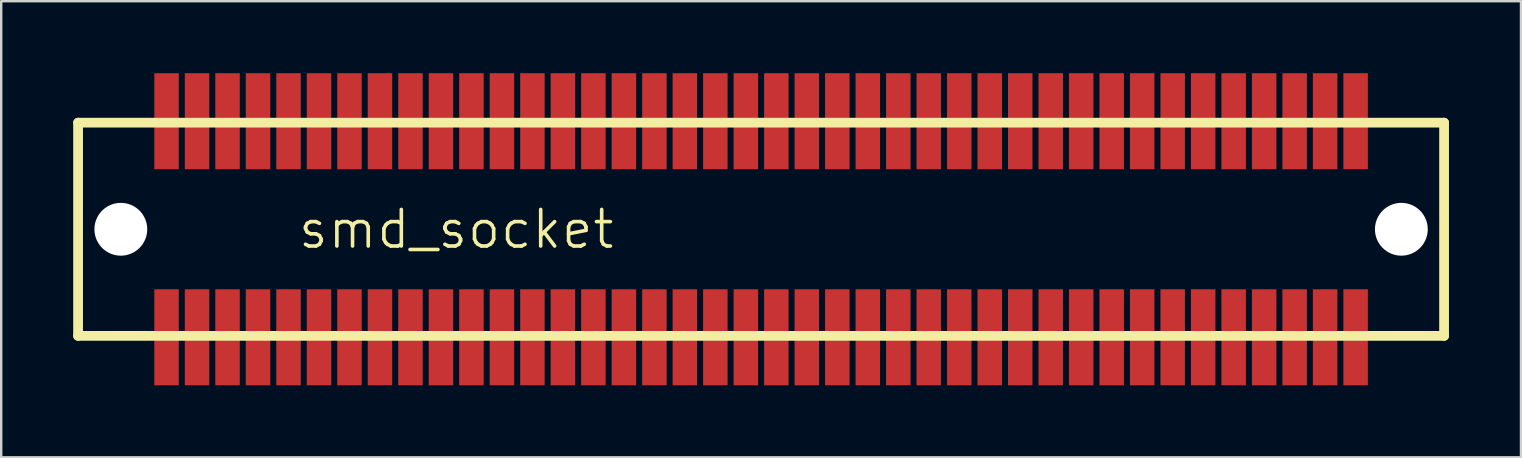
<source format=kicad_pcb>
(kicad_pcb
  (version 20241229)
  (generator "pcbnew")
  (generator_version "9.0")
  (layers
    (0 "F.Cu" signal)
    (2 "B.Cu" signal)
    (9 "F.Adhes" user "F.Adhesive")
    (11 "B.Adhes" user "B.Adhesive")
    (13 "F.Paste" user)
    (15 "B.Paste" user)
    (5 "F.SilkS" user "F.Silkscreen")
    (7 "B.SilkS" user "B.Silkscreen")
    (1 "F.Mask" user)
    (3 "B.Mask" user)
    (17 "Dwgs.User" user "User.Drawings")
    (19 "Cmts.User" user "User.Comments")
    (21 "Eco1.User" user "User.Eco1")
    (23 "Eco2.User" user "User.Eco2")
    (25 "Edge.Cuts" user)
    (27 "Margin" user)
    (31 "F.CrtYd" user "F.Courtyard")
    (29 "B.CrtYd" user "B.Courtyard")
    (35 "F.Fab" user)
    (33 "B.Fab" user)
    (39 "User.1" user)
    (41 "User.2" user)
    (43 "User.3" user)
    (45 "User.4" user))
  (footprint "smd_socket"
    (layer "F.Cu")
    (at 28.653 6.5)
    (property "Reference" "smd_socket" (at -12.7 0 0) (layer "F.SilkS") (effects (font (size 1.524 1.524) (thickness 0.15))))
    (attr through_hole)
    (fp_line (start -28.45 -4.44) (end 28.45 -4.44) (stroke (width 0.406) (type solid)) (layer "F.SilkS"))
    (fp_line (start -28.45 4.44) (end -28.45 -4.44) (stroke (width 0.406) (type solid)) (layer "F.SilkS"))
    (fp_line (start 28.45 -4.44) (end 28.45 4.44) (stroke (width 0.406) (type solid)) (layer "F.SilkS"))
    (fp_line (start 28.45 4.44) (end -28.45 4.44) (stroke (width 0.406) (type solid)) (layer "F.SilkS"))
    (pad "" np_thru_hole circle (at -26.67 0) (size 2.2 2.2) (drill 2.2) (layers "*.Cu"))
    (pad "" np_thru_hole circle (at 26.67 0) (size 2.2 2.2) (drill 2.2) (layers "*.Cu"))
    (pad "1" smd rect (at 19.685 -4.5 180) (size 1.02 4) (layers "F.Cu" "F.Mask" "F.Paste"))
    (pad "1" smd rect (at 20.955 -4.5 180) (size 1.02 4) (layers "F.Cu" "F.Mask" "F.Paste"))
    (pad "1" smd rect (at 22.225 -4.5 180) (size 1.02 4) (layers "F.Cu" "F.Mask" "F.Paste"))
    (pad "1" smd rect (at 23.495 -4.5 180) (size 1.02 4) (layers "F.Cu" "F.Mask" "F.Paste"))
    (pad "2" smd rect (at 9.525 -4.5 180) (size 1.02 4) (layers "F.Cu" "F.Mask" "F.Paste"))
    (pad "2" smd rect (at 10.795 -4.5 180) (size 1.02 4) (layers "F.Cu" "F.Mask" "F.Paste"))
    (pad "2" smd rect (at 12.065 -4.5 180) (size 1.02 4) (layers "F.Cu" "F.Mask" "F.Paste"))
    (pad "2" smd rect (at 13.335 -4.5 180) (size 1.02 4) (layers "F.Cu" "F.Mask" "F.Paste"))
    (pad "3" smd rect (at -1.905 -4.5 180) (size 1.02 4) (layers "F.Cu" "F.Mask" "F.Paste"))
    (pad "3" smd rect (at -0.635 -4.5 180) (size 1.02 4) (layers "F.Cu" "F.Mask" "F.Paste"))
    (pad "3" smd rect (at 0.635 -4.5 180) (size 1.02 4) (layers "F.Cu" "F.Mask" "F.Paste"))
    (pad "3" smd rect (at 1.905 -4.5 180) (size 1.02 4) (layers "F.Cu" "F.Mask" "F.Paste"))
    (pad "4" smd rect (at 24.765 -4.5 180) (size 1.02 4) (layers "F.Cu" "F.Mask" "F.Paste"))
    (pad "5" smd rect (at 18.415 -4.5 180) (size 1.02 4) (layers "F.Cu" "F.Mask" "F.Paste"))
    (pad "6" smd rect (at 17.145 -4.5 180) (size 1.02 4) (layers "F.Cu" "F.Mask" "F.Paste"))
    (pad "7" smd rect (at 15.875 -4.5 180) (size 1.02 4) (layers "F.Cu" "F.Mask" "F.Paste"))
    (pad "8" smd rect (at 14.605 -4.5 180) (size 1.02 4) (layers "F.Cu" "F.Mask" "F.Paste"))
    (pad "9" smd rect (at 8.255 -4.5 180) (size 1.02 4) (layers "F.Cu" "F.Mask" "F.Paste"))
    (pad "10" smd rect (at 6.985 -4.5 180) (size 1.02 4) (layers "F.Cu" "F.Mask" "F.Paste"))
    (pad "11" smd rect (at 5.715 -4.5 180) (size 1.02 4) (layers "F.Cu" "F.Mask" "F.Paste"))
    (pad "12" smd rect (at 4.445 -4.5 180) (size 1.02 4) (layers "F.Cu" "F.Mask" "F.Paste"))
    (pad "13" smd rect (at 3.175 -4.5 180) (size 1.02 4) (layers "F.Cu" "F.Mask" "F.Paste"))
    (pad "14" smd rect (at -3.175 -4.5 180) (size 1.02 4) (layers "F.Cu" "F.Mask" "F.Paste"))
    (pad "15" smd rect (at -4.445 -4.5 180) (size 1.02 4) (layers "F.Cu" "F.Mask" "F.Paste"))
    (pad "16" smd rect (at -5.715 -4.5 180) (size 1.02 4) (layers "F.Cu" "F.Mask" "F.Paste"))
    (pad "17" smd rect (at -6.985 -4.5 180) (size 1.02 4) (layers "F.Cu" "F.Mask" "F.Paste"))
    (pad "18" smd rect (at -15.875 -4.5 180) (size 1.02 4) (layers "F.Cu" "F.Mask" "F.Paste"))
    (pad "19" smd rect (at -17.145 -4.5 180) (size 1.02 4) (layers "F.Cu" "F.Mask" "F.Paste"))
    (pad "20" smd rect (at -8.255 -4.5 180) (size 1.02 4) (layers "F.Cu" "F.Mask" "F.Paste"))
    (pad "21" smd rect (at -13.335 -4.5 180) (size 1.02 4) (layers "F.Cu" "F.Mask" "F.Paste"))
    (pad "21" smd rect (at -12.065 -4.5 180) (size 1.02 4) (layers "F.Cu" "F.Mask" "F.Paste"))
    (pad "21" smd rect (at -10.795 -4.5 180) (size 1.02 4) (layers "F.Cu" "F.Mask" "F.Paste"))
    (pad "21" smd rect (at -9.525 -4.5 180) (size 1.02 4) (layers "F.Cu" "F.Mask" "F.Paste"))
    (pad "22" smd rect (at -14.605 -4.5 180) (size 1.02 4) (layers "F.Cu" "F.Mask" "F.Paste"))
    (pad "23" smd rect (at -18.415 -4.5 180) (size 1.02 4) (layers "F.Cu" "F.Mask" "F.Paste"))
    (pad "24" smd rect (at -23.495 -4.5 180) (size 1.02 4) (layers "F.Cu" "F.Mask" "F.Paste"))
    (pad "24" smd rect (at -22.225 -4.5 180) (size 1.02 4) (layers "F.Cu" "F.Mask" "F.Paste"))
    (pad "24" smd rect (at -20.955 -4.5 180) (size 1.02 4) (layers "F.Cu" "F.Mask" "F.Paste"))
    (pad "24" smd rect (at -19.685 -4.5 180) (size 1.02 4) (layers "F.Cu" "F.Mask" "F.Paste"))
    (pad "25" smd rect (at -24.765 -4.5 180) (size 1.02 4) (layers "F.Cu" "F.Mask" "F.Paste"))
    (pad "26" smd rect (at -23.495 4.5) (size 1.02 4) (layers "F.Cu" "F.Mask" "F.Paste"))
    (pad "26" smd rect (at -22.225 4.5) (size 1.02 4) (layers "F.Cu" "F.Mask" "F.Paste"))
    (pad "26" smd rect (at -20.955 4.5) (size 1.02 4) (layers "F.Cu" "F.Mask" "F.Paste"))
    (pad "26" smd rect (at -19.685 4.5) (size 1.02 4) (layers "F.Cu" "F.Mask" "F.Paste"))
    (pad "27" smd rect (at -13.335 4.5) (size 1.02 4) (layers "F.Cu" "F.Mask" "F.Paste"))
    (pad "27" smd rect (at -12.065 4.5) (size 1.02 4) (layers "F.Cu" "F.Mask" "F.Paste"))
    (pad "27" smd rect (at -10.795 4.5) (size 1.02 4) (layers "F.Cu" "F.Mask" "F.Paste"))
    (pad "27" smd rect (at -9.525 4.5) (size 1.02 4) (layers "F.Cu" "F.Mask" "F.Paste"))
    (pad "28" smd rect (at -1.905 4.5) (size 1.02 4) (layers "F.Cu" "F.Mask" "F.Paste"))
    (pad "28" smd rect (at -0.635 4.5) (size 1.02 4) (layers "F.Cu" "F.Mask" "F.Paste"))
    (pad "28" smd rect (at 0.635 4.5) (size 1.02 4) (layers "F.Cu" "F.Mask" "F.Paste"))
    (pad "28" smd rect (at 1.905 4.5) (size 1.02 4) (layers "F.Cu" "F.Mask" "F.Paste"))
    (pad "29" smd rect (at -24.765 4.5) (size 1.02 4) (layers "F.Cu" "F.Mask" "F.Paste"))
    (pad "30" smd rect (at -18.415 4.5) (size 1.02 4) (layers "F.Cu" "F.Mask" "F.Paste"))
    (pad "31" smd rect (at -17.145 4.5) (size 1.02 4) (layers "F.Cu" "F.Mask" "F.Paste"))
    (pad "32" smd rect (at -15.875 4.5) (size 1.02 4) (layers "F.Cu" "F.Mask" "F.Paste"))
    (pad "33" smd rect (at -14.605 4.5) (size 1.02 4) (layers "F.Cu" "F.Mask" "F.Paste"))
    (pad "34" smd rect (at -8.255 4.5) (size 1.02 4) (layers "F.Cu" "F.Mask" "F.Paste"))
    (pad "35" smd rect (at -6.985 4.5) (size 1.02 4) (layers "F.Cu" "F.Mask" "F.Paste"))
    (pad "36" smd rect (at -5.715 4.5) (size 1.02 4) (layers "F.Cu" "F.Mask" "F.Paste"))
    (pad "37" smd rect (at -4.445 4.5) (size 1.02 4) (layers "F.Cu" "F.Mask" "F.Paste"))
    (pad "38" smd rect (at -3.175 4.5) (size 1.02 4) (layers "F.Cu" "F.Mask" "F.Paste"))
    (pad "39" smd rect (at 3.175 4.5) (size 1.02 4) (layers "F.Cu" "F.Mask" "F.Paste"))
    (pad "40" smd rect (at 4.445 4.5) (size 1.02 4) (layers "F.Cu" "F.Mask" "F.Paste"))
    (pad "41" smd rect (at 5.715 4.5) (size 1.02 4) (layers "F.Cu" "F.Mask" "F.Paste"))
    (pad "42" smd rect (at 6.985 4.5) (size 1.02 4) (layers "F.Cu" "F.Mask" "F.Paste"))
    (pad "43" smd rect (at 15.875 4.5) (size 1.02 4) (layers "F.Cu" "F.Mask" "F.Paste"))
    (pad "44" smd rect (at 17.145 4.5) (size 1.02 4) (layers "F.Cu" "F.Mask" "F.Paste"))
    (pad "45" smd rect (at 8.255 4.5) (size 1.02 4) (layers "F.Cu" "F.Mask" "F.Paste"))
    (pad "46" smd rect (at 9.525 4.5) (size 1.02 4) (layers "F.Cu" "F.Mask" "F.Paste"))
    (pad "46" smd rect (at 10.795 4.5) (size 1.02 4) (layers "F.Cu" "F.Mask" "F.Paste"))
    (pad "46" smd rect (at 12.065 4.5) (size 1.02 4) (layers "F.Cu" "F.Mask" "F.Paste"))
    (pad "46" smd rect (at 13.335 4.5) (size 1.02 4) (layers "F.Cu" "F.Mask" "F.Paste"))
    (pad "47" smd rect (at 14.605 4.5) (size 1.02 4) (layers "F.Cu" "F.Mask" "F.Paste"))
    (pad "48" smd rect (at 18.415 4.5) (size 1.02 4) (layers "F.Cu" "F.Mask" "F.Paste"))
    (pad "49" smd rect (at 19.685 4.5) (size 1.02 4) (layers "F.Cu" "F.Mask" "F.Paste"))
    (pad "49" smd rect (at 20.955 4.5) (size 1.02 4) (layers "F.Cu" "F.Mask" "F.Paste"))
    (pad "49" smd rect (at 22.225 4.5) (size 1.02 4) (layers "F.Cu" "F.Mask" "F.Paste"))
    (pad "49" smd rect (at 23.495 4.5) (size 1.02 4) (layers "F.Cu" "F.Mask" "F.Paste"))
    (pad "50" smd rect (at 24.765 4.5) (size 1.02 4) (layers "F.Cu" "F.Mask" "F.Paste")))
  (gr_rect
    (start -3 -3)
    (end 60.306 16)
    (stroke (width 0.1) (type default))
    (fill no)
    (layer "Edge.Cuts")))
</source>
